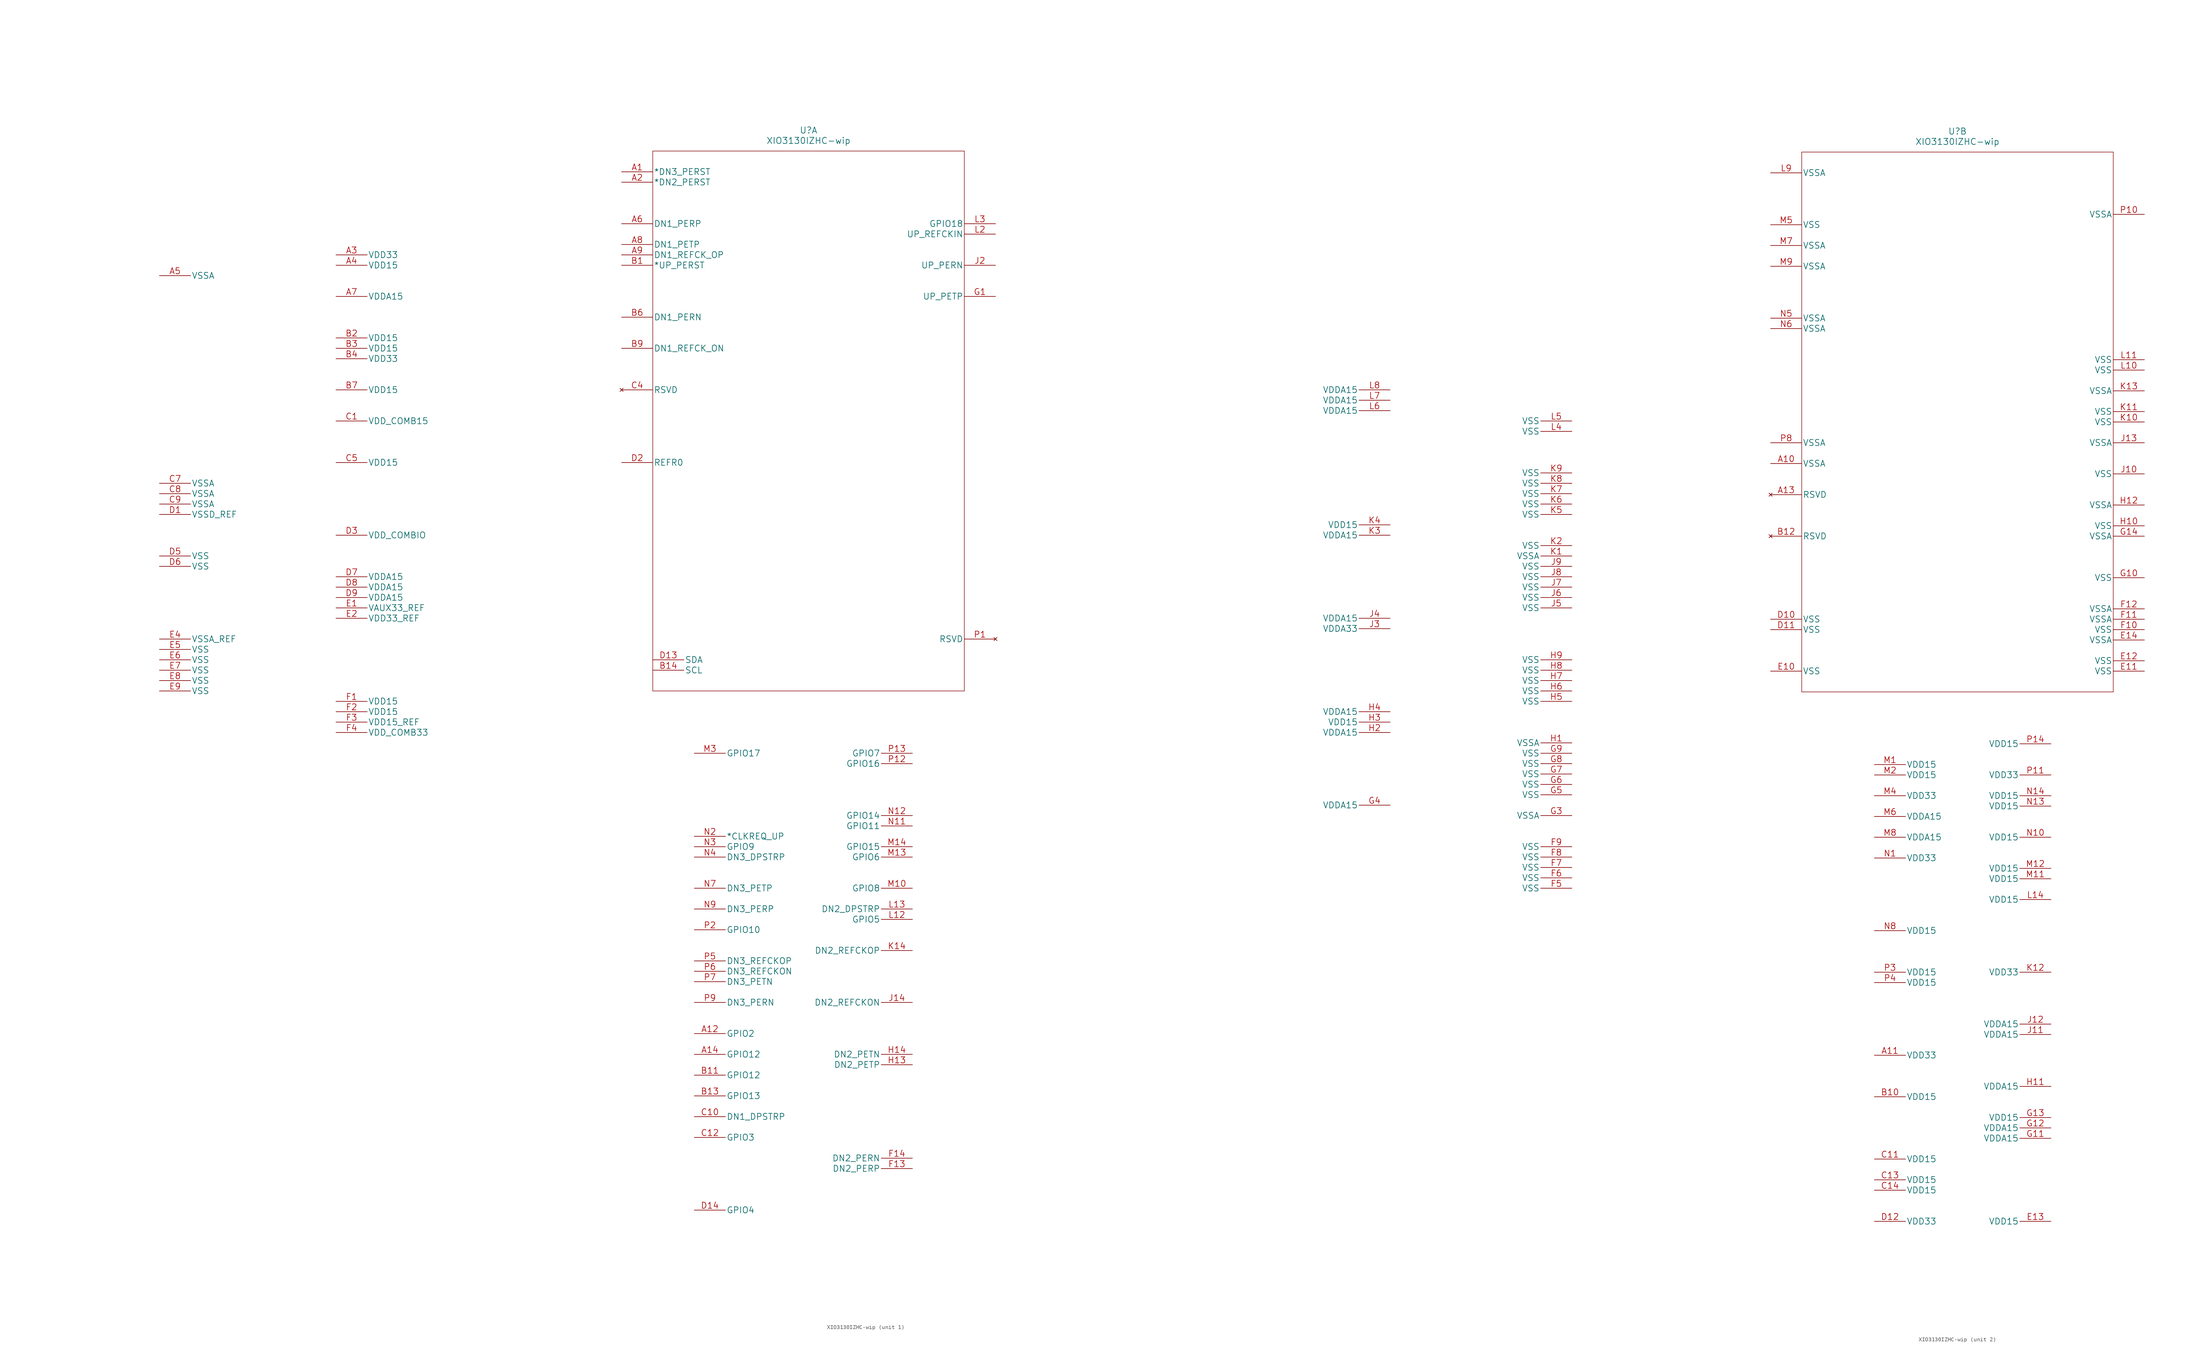
<source format=kicad_sym>
(kicad_symbol_lib
  (version 20201005)
  (generator kicad_symbol_editor)
  (symbol "AP3500:XIO3130IZHC-wip"
    (pin_names
      (offset 0.254))
    (property "Reference" "U"
      (at 0 63.5 0)
      (effects (font (size 1.524 1.524))))
    (property "Value" "XIO3130IZHC-wip"
      (at 0 60.96 0)
      (effects (font (size 1.524 1.524))))
    (property "Datasheet" ""
      (at -45.72 53.34 0)
      (effects (font (size 1.524 1.524))))
    (property "ki_locked" ""
      (at 0 0 0)
      (effects (font (size 1.27 1.27))))
    (symbol "XIO3130IZHC-wip_1_1"
      (polyline (pts (xy -38.1 58.42) (xy -38.1 -73.66)) (stroke (width 0.127)) (fill (type none)))
      (polyline (pts (xy -38.1 -73.66) (xy 38.1 -73.66)) (stroke (width 0.127)) (fill (type none)))
      (polyline (pts (xy 38.1 -73.66) (xy 38.1 58.42)) (stroke (width 0.127)) (fill (type none)))
      (polyline (pts (xy 38.1 58.42) (xy -38.1 58.42)) (stroke (width 0.127)) (fill (type none)))
      (pin output line (at -45.72 53.34 0) (length 7.62) (name "*DN3_PERST" (effects (font (size 1.499 1.499)))) (number "A1" (effects (font (size 1.499 1.499)))))
      (pin output line (at -45.72 50.8 0) (length 7.62) (name "*DN2_PERST" (effects (font (size 1.499 1.499)))) (number "A2" (effects (font (size 1.499 1.499)))))
      (pin power_in line (at -115.57 33.02 0) (length 7.62) (name "VDD33" (effects (font (size 1.499 1.499)))) (number "A3" (effects (font (size 1.499 1.499)))))
      (pin power_in line (at -115.57 30.48 0) (length 7.62) (name "VDD15" (effects (font (size 1.499 1.499)))) (number "A4" (effects (font (size 1.499 1.499)))))
      (pin power_in line (at -158.75 27.94 0) (length 7.62) (name "VSSA" (effects (font (size 1.499 1.499)))) (number "A5" (effects (font (size 1.499 1.499)))))
      (pin unspecified line (at -45.72 40.64 0) (length 7.62) (name "DN1_PERP" (effects (font (size 1.499 1.499)))) (number "A6" (effects (font (size 1.499 1.499)))))
      (pin power_in line (at -115.57 22.86 0) (length 7.62) (name "VDDA15" (effects (font (size 1.499 1.499)))) (number "A7" (effects (font (size 1.499 1.499)))))
      (pin unspecified line (at -45.72 35.56 0) (length 7.62) (name "DN1_PETP" (effects (font (size 1.499 1.499)))) (number "A8" (effects (font (size 1.499 1.499)))))
      (pin output line (at -45.72 33.02 0) (length 7.62) (name "DN1_REFCK_OP" (effects (font (size 1.499 1.499)))) (number "A9" (effects (font (size 1.499 1.499)))))
      (pin input line (at -45.72 30.48 0) (length 7.62) (name "*UP_PERST" (effects (font (size 1.499 1.499)))) (number "B1" (effects (font (size 1.499 1.499)))))
      (pin power_in line (at -115.57 12.7 0) (length 7.62) (name "VDD15" (effects (font (size 1.499 1.499)))) (number "B2" (effects (font (size 1.499 1.499)))))
      (pin power_in line (at -115.57 10.16 0) (length 7.62) (name "VDD15" (effects (font (size 1.499 1.499)))) (number "B3" (effects (font (size 1.499 1.499)))))
      (pin power_in line (at -115.57 7.62 0) (length 7.62) (name "VDD33" (effects (font (size 1.499 1.499)))) (number "B4" (effects (font (size 1.499 1.499)))))
      (pin unspecified line (at -45.72 17.78 0) (length 7.62) (name "DN1_PERN" (effects (font (size 1.499 1.499)))) (number "B6" (effects (font (size 1.499 1.499)))))
      (pin power_in line (at -115.57 0 0) (length 7.62) (name "VDD15" (effects (font (size 1.499 1.499)))) (number "B7" (effects (font (size 1.499 1.499)))))
      (pin output line (at -45.72 10.16 0) (length 7.62) (name "DN1_REFCK_ON" (effects (font (size 1.499 1.499)))) (number "B9" (effects (font (size 1.499 1.499)))))
      (pin power_in line (at -115.57 -7.62 0) (length 7.62) (name "VDD_COMB15" (effects (font (size 1.499 1.499)))) (number "C1" (effects (font (size 1.499 1.499)))))
      (pin unconnected line (at -45.72 0 0) (length 7.62) (name "RSVD" (effects (font (size 1.499 1.499)))) (number "C4" (effects (font (size 1.499 1.499)))))
      (pin power_in line (at -115.57 -17.78 0) (length 7.62) (name "VDD15" (effects (font (size 1.499 1.499)))) (number "C5" (effects (font (size 1.499 1.499)))))
      (pin power_in line (at -158.75 -22.86 0) (length 7.62) (name "VSSA" (effects (font (size 1.499 1.499)))) (number "C7" (effects (font (size 1.499 1.499)))))
      (pin power_in line (at -158.75 -25.4 0) (length 7.62) (name "VSSA" (effects (font (size 1.499 1.499)))) (number "C8" (effects (font (size 1.499 1.499)))))
      (pin power_in line (at -158.75 -27.94 0) (length 7.62) (name "VSSA" (effects (font (size 1.499 1.499)))) (number "C9" (effects (font (size 1.499 1.499)))))
      (pin power_in line (at -158.75 -30.48 0) (length 7.62) (name "VSSD_REF" (effects (font (size 1.499 1.499)))) (number "D1" (effects (font (size 1.499 1.499)))))
      (pin unspecified line (at -45.72 -17.78 0) (length 7.62) (name "REFR0" (effects (font (size 1.499 1.499)))) (number "D2" (effects (font (size 1.499 1.499)))))
      (pin power_in line (at -115.57 -35.56 0) (length 7.62) (name "VDD_COMBIO" (effects (font (size 1.499 1.499)))) (number "D3" (effects (font (size 1.499 1.499)))))
      (pin power_in line (at -158.75 -40.64 0) (length 7.62) (name "VSS" (effects (font (size 1.499 1.499)))) (number "D5" (effects (font (size 1.499 1.499)))))
      (pin power_in line (at -158.75 -43.18 0) (length 7.62) (name "VSS" (effects (font (size 1.499 1.499)))) (number "D6" (effects (font (size 1.499 1.499)))))
      (pin power_in line (at -115.57 -45.72 0) (length 7.62) (name "VDDA15" (effects (font (size 1.499 1.499)))) (number "D7" (effects (font (size 1.499 1.499)))))
      (pin power_in line (at -115.57 -48.26 0) (length 7.62) (name "VDDA15" (effects (font (size 1.499 1.499)))) (number "D8" (effects (font (size 1.499 1.499)))))
      (pin power_in line (at -115.57 -50.8 0) (length 7.62) (name "VDDA15" (effects (font (size 1.499 1.499)))) (number "D9" (effects (font (size 1.499 1.499)))))
      (pin power_in line (at -115.57 -53.34 0) (length 7.62) (name "VAUX33_REF" (effects (font (size 1.499 1.499)))) (number "E1" (effects (font (size 1.499 1.499)))))
      (pin power_in line (at -115.57 -55.88 0) (length 7.62) (name "VDD33_REF" (effects (font (size 1.499 1.499)))) (number "E2" (effects (font (size 1.499 1.499)))))
      (pin power_in line (at -158.75 -60.96 0) (length 7.62) (name "VSSA_REF" (effects (font (size 1.499 1.499)))) (number "E4" (effects (font (size 1.499 1.499)))))
      (pin power_in line (at -158.75 -63.5 0) (length 7.62) (name "VSS" (effects (font (size 1.499 1.499)))) (number "E5" (effects (font (size 1.499 1.499)))))
      (pin power_in line (at -158.75 -66.04 0) (length 7.62) (name "VSS" (effects (font (size 1.499 1.499)))) (number "E6" (effects (font (size 1.499 1.499)))))
      (pin power_in line (at -158.75 -68.58 0) (length 7.62) (name "VSS" (effects (font (size 1.499 1.499)))) (number "E7" (effects (font (size 1.499 1.499)))))
      (pin power_in line (at -158.75 -71.12 0) (length 7.62) (name "VSS" (effects (font (size 1.499 1.499)))) (number "E8" (effects (font (size 1.499 1.499)))))
      (pin power_in line (at -158.75 -73.66 0) (length 7.62) (name "VSS" (effects (font (size 1.499 1.499)))) (number "E9" (effects (font (size 1.499 1.499)))))
      (pin power_in line (at -115.57 -76.2 0) (length 7.62) (name "VDD15" (effects (font (size 1.499 1.499)))) (number "F1" (effects (font (size 1.499 1.499)))))
      (pin power_in line (at -115.57 -78.74 0) (length 7.62) (name "VDD15" (effects (font (size 1.499 1.499)))) (number "F2" (effects (font (size 1.499 1.499)))))
      (pin power_in line (at -115.57 -81.28 0) (length 7.62) (name "VDD15_REF" (effects (font (size 1.499 1.499)))) (number "F3" (effects (font (size 1.499 1.499)))))
      (pin power_in line (at -115.57 -83.82 0) (length 7.62) (name "VDD_COMB33" (effects (font (size 1.499 1.499)))) (number "F4" (effects (font (size 1.499 1.499)))))
      (pin power_in line (at 186.69 -121.92 180) (length 7.62) (name "VSS" (effects (font (size 1.499 1.499)))) (number "F5" (effects (font (size 1.499 1.499)))))
      (pin power_in line (at 186.69 -119.38 180) (length 7.62) (name "VSS" (effects (font (size 1.499 1.499)))) (number "F6" (effects (font (size 1.499 1.499)))))
      (pin power_in line (at 186.69 -116.84 180) (length 7.62) (name "VSS" (effects (font (size 1.499 1.499)))) (number "F7" (effects (font (size 1.499 1.499)))))
      (pin power_in line (at 186.69 -114.3 180) (length 7.62) (name "VSS" (effects (font (size 1.499 1.499)))) (number "F8" (effects (font (size 1.499 1.499)))))
      (pin power_in line (at 186.69 -111.76 180) (length 7.62) (name "VSS" (effects (font (size 1.499 1.499)))) (number "F9" (effects (font (size 1.499 1.499)))))
      (pin unspecified line (at 45.72 22.86 180) (length 7.62) (name "UP_PETP" (effects (font (size 1.499 1.499)))) (number "G1" (effects (font (size 1.499 1.499)))))
      (pin power_in line (at 186.69 -104.14 180) (length 7.62) (name "VSSA" (effects (font (size 1.499 1.499)))) (number "G3" (effects (font (size 1.499 1.499)))))
      (pin power_in line (at 142.24 -101.6 180) (length 7.62) (name "VDDA15" (effects (font (size 1.499 1.499)))) (number "G4" (effects (font (size 1.499 1.499)))))
      (pin power_in line (at 186.69 -99.06 180) (length 7.62) (name "VSS" (effects (font (size 1.499 1.499)))) (number "G5" (effects (font (size 1.499 1.499)))))
      (pin power_in line (at 186.69 -96.52 180) (length 7.62) (name "VSS" (effects (font (size 1.499 1.499)))) (number "G6" (effects (font (size 1.499 1.499)))))
      (pin power_in line (at 186.69 -93.98 180) (length 7.62) (name "VSS" (effects (font (size 1.499 1.499)))) (number "G7" (effects (font (size 1.499 1.499)))))
      (pin power_in line (at 186.69 -91.44 180) (length 7.62) (name "VSS" (effects (font (size 1.499 1.499)))) (number "G8" (effects (font (size 1.499 1.499)))))
      (pin power_in line (at 186.69 -88.9 180) (length 7.62) (name "VSS" (effects (font (size 1.499 1.499)))) (number "G9" (effects (font (size 1.499 1.499)))))
      (pin power_in line (at 186.69 -86.36 180) (length 7.62) (name "VSSA" (effects (font (size 1.499 1.499)))) (number "H1" (effects (font (size 1.499 1.499)))))
      (pin power_in line (at 142.24 -83.82 180) (length 7.62) (name "VDDA15" (effects (font (size 1.499 1.499)))) (number "H2" (effects (font (size 1.499 1.499)))))
      (pin power_in line (at 142.24 -81.28 180) (length 7.62) (name "VDD15" (effects (font (size 1.499 1.499)))) (number "H3" (effects (font (size 1.499 1.499)))))
      (pin power_in line (at 142.24 -78.74 180) (length 7.62) (name "VDDA15" (effects (font (size 1.499 1.499)))) (number "H4" (effects (font (size 1.499 1.499)))))
      (pin power_in line (at 186.69 -76.2 180) (length 7.62) (name "VSS" (effects (font (size 1.499 1.499)))) (number "H5" (effects (font (size 1.499 1.499)))))
      (pin power_in line (at 186.69 -73.66 180) (length 7.62) (name "VSS" (effects (font (size 1.499 1.499)))) (number "H6" (effects (font (size 1.499 1.499)))))
      (pin power_in line (at 186.69 -71.12 180) (length 7.62) (name "VSS" (effects (font (size 1.499 1.499)))) (number "H7" (effects (font (size 1.499 1.499)))))
      (pin power_in line (at 186.69 -68.58 180) (length 7.62) (name "VSS" (effects (font (size 1.499 1.499)))) (number "H8" (effects (font (size 1.499 1.499)))))
      (pin power_in line (at 186.69 -66.04 180) (length 7.62) (name "VSS" (effects (font (size 1.499 1.499)))) (number "H9" (effects (font (size 1.499 1.499)))))
      (pin unspecified line (at 45.72 30.48 180) (length 7.62) (name "UP_PERN" (effects (font (size 1.499 1.499)))) (number "J2" (effects (font (size 1.499 1.499)))))
      (pin power_in line (at 142.24 -58.42 180) (length 7.62) (name "VDDA33" (effects (font (size 1.499 1.499)))) (number "J3" (effects (font (size 1.499 1.499)))))
      (pin power_in line (at 142.24 -55.88 180) (length 7.62) (name "VDDA15" (effects (font (size 1.499 1.499)))) (number "J4" (effects (font (size 1.499 1.499)))))
      (pin power_in line (at 186.69 -53.34 180) (length 7.62) (name "VSS" (effects (font (size 1.499 1.499)))) (number "J5" (effects (font (size 1.499 1.499)))))
      (pin power_in line (at 186.69 -50.8 180) (length 7.62) (name "VSS" (effects (font (size 1.499 1.499)))) (number "J6" (effects (font (size 1.499 1.499)))))
      (pin power_in line (at 186.69 -48.26 180) (length 7.62) (name "VSS" (effects (font (size 1.499 1.499)))) (number "J7" (effects (font (size 1.499 1.499)))))
      (pin power_in line (at 186.69 -45.72 180) (length 7.62) (name "VSS" (effects (font (size 1.499 1.499)))) (number "J8" (effects (font (size 1.499 1.499)))))
      (pin power_in line (at 186.69 -43.18 180) (length 7.62) (name "VSS" (effects (font (size 1.499 1.499)))) (number "J9" (effects (font (size 1.499 1.499)))))
      (pin power_in line (at 186.69 -40.64 180) (length 7.62) (name "VSSA" (effects (font (size 1.499 1.499)))) (number "K1" (effects (font (size 1.499 1.499)))))
      (pin power_in line (at 186.69 -38.1 180) (length 7.62) (name "VSS" (effects (font (size 1.499 1.499)))) (number "K2" (effects (font (size 1.499 1.499)))))
      (pin power_in line (at 142.24 -35.56 180) (length 7.62) (name "VDDA15" (effects (font (size 1.499 1.499)))) (number "K3" (effects (font (size 1.499 1.499)))))
      (pin power_in line (at 142.24 -33.02 180) (length 7.62) (name "VDD15" (effects (font (size 1.499 1.499)))) (number "K4" (effects (font (size 1.499 1.499)))))
      (pin power_in line (at 186.69 -30.48 180) (length 7.62) (name "VSS" (effects (font (size 1.499 1.499)))) (number "K5" (effects (font (size 1.499 1.499)))))
      (pin power_in line (at 186.69 -27.94 180) (length 7.62) (name "VSS" (effects (font (size 1.499 1.499)))) (number "K6" (effects (font (size 1.499 1.499)))))
      (pin power_in line (at 186.69 -25.4 180) (length 7.62) (name "VSS" (effects (font (size 1.499 1.499)))) (number "K7" (effects (font (size 1.499 1.499)))))
      (pin power_in line (at 186.69 -22.86 180) (length 7.62) (name "VSS" (effects (font (size 1.499 1.499)))) (number "K8" (effects (font (size 1.499 1.499)))))
      (pin power_in line (at 186.69 -20.32 180) (length 7.62) (name "VSS" (effects (font (size 1.499 1.499)))) (number "K9" (effects (font (size 1.499 1.499)))))
      (pin input line (at 45.72 38.1 180) (length 7.62) (name "UP_REFCKIN" (effects (font (size 1.499 1.499)))) (number "L2" (effects (font (size 1.499 1.499)))))
      (pin bidirectional line (at 45.72 40.64 180) (length 7.62) (name "GPIO18" (effects (font (size 1.499 1.499)))) (number "L3" (effects (font (size 1.499 1.499)))))
      (pin power_in line (at 186.69 -10.16 180) (length 7.62) (name "VSS" (effects (font (size 1.499 1.499)))) (number "L4" (effects (font (size 1.499 1.499)))))
      (pin power_in line (at 186.69 -7.62 180) (length 7.62) (name "VSS" (effects (font (size 1.499 1.499)))) (number "L5" (effects (font (size 1.499 1.499)))))
      (pin power_in line (at 142.24 -5.08 180) (length 7.62) (name "VDDA15" (effects (font (size 1.499 1.499)))) (number "L6" (effects (font (size 1.499 1.499)))))
      (pin power_in line (at 142.24 -2.54 180) (length 7.62) (name "VDDA15" (effects (font (size 1.499 1.499)))) (number "L7" (effects (font (size 1.499 1.499)))))
      (pin power_in line (at 142.24 0 180) (length 7.62) (name "VDDA15" (effects (font (size 1.499 1.499)))) (number "L8" (effects (font (size 1.499 1.499)))))
      (pin bidirectional line (at -27.94 -88.9 0) (length 7.62) (name "GPIO17" (effects (font (size 1.499 1.499)))) (number "M3" (effects (font (size 1.499 1.499)))))
      (pin output line (at -27.94 -109.22 0) (length 7.62) (name "*CLKREQ_UP" (effects (font (size 1.499 1.499)))) (number "N2" (effects (font (size 1.499 1.499)))))
      (pin bidirectional line (at -27.94 -111.76 0) (length 7.62) (name "GPIO9" (effects (font (size 1.499 1.499)))) (number "N3" (effects (font (size 1.499 1.499)))))
      (pin input line (at -27.94 -114.3 0) (length 7.62) (name "DN3_DPSTRP" (effects (font (size 1.499 1.499)))) (number "N4" (effects (font (size 1.499 1.499)))))
      (pin unspecified line (at -27.94 -121.92 0) (length 7.62) (name "DN3_PETP" (effects (font (size 1.499 1.499)))) (number "N7" (effects (font (size 1.499 1.499)))))
      (pin unspecified line (at -27.94 -127 0) (length 7.62) (name "DN3_PERP" (effects (font (size 1.499 1.499)))) (number "N9" (effects (font (size 1.499 1.499)))))
      (pin unconnected line (at 45.72 -60.96 180) (length 7.62) (name "RSVD" (effects (font (size 1.499 1.499)))) (number "P1" (effects (font (size 1.499 1.499)))))
      (pin bidirectional line (at -27.94 -132.08 0) (length 7.62) (name "GPIO10" (effects (font (size 1.499 1.499)))) (number "P2" (effects (font (size 1.499 1.499)))))
      (pin output line (at -27.94 -139.7 0) (length 7.62) (name "DN3_REFCKOP" (effects (font (size 1.499 1.499)))) (number "P5" (effects (font (size 1.499 1.499)))))
      (pin output line (at -27.94 -142.24 0) (length 7.62) (name "DN3_REFCKON" (effects (font (size 1.499 1.499)))) (number "P6" (effects (font (size 1.499 1.499)))))
      (pin unspecified line (at -27.94 -144.78 0) (length 7.62) (name "DN3_PETN" (effects (font (size 1.499 1.499)))) (number "P7" (effects (font (size 1.499 1.499)))))
      (pin unspecified line (at -27.94 -149.86 0) (length 7.62) (name "DN3_PERN" (effects (font (size 1.499 1.499)))) (number "P9" (effects (font (size 1.499 1.499)))))
      (pin bidirectional line (at -27.94 -157.48 0) (length 7.62) (name "GPIO2" (effects (font (size 1.499 1.499)))) (number "A12" (effects (font (size 1.499 1.499)))))
      (pin bidirectional line (at -27.94 -162.56 0) (length 7.62) (name "GPIO12" (effects (font (size 1.499 1.499)))) (number "A14" (effects (font (size 1.499 1.499)))))
      (pin bidirectional line (at -27.94 -167.64 0) (length 7.62) (name "GPIO12" (effects (font (size 1.499 1.499)))) (number "B11" (effects (font (size 1.499 1.499)))))
      (pin bidirectional line (at -27.94 -172.72 0) (length 7.62) (name "GPIO13" (effects (font (size 1.499 1.499)))) (number "B13" (effects (font (size 1.499 1.499)))))
      (pin output line (at -38.1 -68.58 0) (length 7.62) (name "SCL" (effects (font (size 1.499 1.499)))) (number "B14" (effects (font (size 1.499 1.499)))))
      (pin input line (at -27.94 -177.8 0) (length 7.62) (name "DN1_DPSTRP" (effects (font (size 1.499 1.499)))) (number "C10" (effects (font (size 1.499 1.499)))))
      (pin bidirectional line (at -27.94 -182.88 0) (length 7.62) (name "GPIO3" (effects (font (size 1.499 1.499)))) (number "C12" (effects (font (size 1.499 1.499)))))
      (pin bidirectional line (at -27.94 -200.66 0) (length 7.62) (name "GPIO4" (effects (font (size 1.499 1.499)))) (number "D14" (effects (font (size 1.499 1.499)))))
      (pin bidirectional line (at -38.1 -66.04 0) (length 7.62) (name "SDA" (effects (font (size 1.499 1.499)))) (number "D13" (effects (font (size 1.499 1.499)))))
      (pin unspecified line (at 25.4 -190.5 180) (length 7.62) (name "DN2_PERP" (effects (font (size 1.499 1.499)))) (number "F13" (effects (font (size 1.499 1.499)))))
      (pin unspecified line (at 25.4 -187.96 180) (length 7.62) (name "DN2_PERN" (effects (font (size 1.499 1.499)))) (number "F14" (effects (font (size 1.499 1.499)))))
      (pin unspecified line (at 25.4 -165.1 180) (length 7.62) (name "DN2_PETP" (effects (font (size 1.499 1.499)))) (number "H13" (effects (font (size 1.499 1.499)))))
      (pin unspecified line (at 25.4 -162.56 180) (length 7.62) (name "DN2_PETN" (effects (font (size 1.499 1.499)))) (number "H14" (effects (font (size 1.499 1.499)))))
      (pin output line (at 25.4 -149.86 180) (length 7.62) (name "DN2_REFCKON" (effects (font (size 1.499 1.499)))) (number "J14" (effects (font (size 1.499 1.499)))))
      (pin output line (at 25.4 -137.16 180) (length 7.62) (name "DN2_REFCKOP" (effects (font (size 1.499 1.499)))) (number "K14" (effects (font (size 1.499 1.499)))))
      (pin bidirectional line (at 25.4 -129.54 180) (length 7.62) (name "GPIO5" (effects (font (size 1.499 1.499)))) (number "L12" (effects (font (size 1.499 1.499)))))
      (pin input line (at 25.4 -127 180) (length 7.62) (name "DN2_DPSTRP" (effects (font (size 1.499 1.499)))) (number "L13" (effects (font (size 1.499 1.499)))))
      (pin bidirectional line (at 25.4 -121.92 180) (length 7.62) (name "GPIO8" (effects (font (size 1.499 1.499)))) (number "M10" (effects (font (size 1.499 1.499)))))
      (pin bidirectional line (at 25.4 -114.3 180) (length 7.62) (name "GPIO6" (effects (font (size 1.499 1.499)))) (number "M13" (effects (font (size 1.499 1.499)))))
      (pin bidirectional line (at 25.4 -111.76 180) (length 7.62) (name "GPIO15" (effects (font (size 1.499 1.499)))) (number "M14" (effects (font (size 1.499 1.499)))))
      (pin bidirectional line (at 25.4 -106.68 180) (length 7.62) (name "GPIO11" (effects (font (size 1.499 1.499)))) (number "N11" (effects (font (size 1.499 1.499)))))
      (pin bidirectional line (at 25.4 -104.14 180) (length 7.62) (name "GPIO14" (effects (font (size 1.499 1.499)))) (number "N12" (effects (font (size 1.499 1.499)))))
      (pin bidirectional line (at 25.4 -91.44 180) (length 7.62) (name "GPIO16" (effects (font (size 1.499 1.499)))) (number "P12" (effects (font (size 1.499 1.499)))))
      (pin bidirectional line (at 25.4 -88.9 180) (length 7.62) (name "GPIO7" (effects (font (size 1.499 1.499)))) (number "P13" (effects (font (size 1.499 1.499))))))
    (symbol "XIO3130IZHC-wip_2_1"
      (polyline (pts (xy -38.1 58.42) (xy -38.1 -73.66)) (stroke (width 0.127)) (fill (type none)))
      (polyline (pts (xy -38.1 -73.66) (xy 38.1 -73.66)) (stroke (width 0.127)) (fill (type none)))
      (polyline (pts (xy 38.1 -73.66) (xy 38.1 58.42)) (stroke (width 0.127)) (fill (type none)))
      (polyline (pts (xy 38.1 58.42) (xy -38.1 58.42)) (stroke (width 0.127)) (fill (type none)))
      (pin power_in line (at -45.72 53.34 0) (length 7.62) (name "VSSA" (effects (font (size 1.499 1.499)))) (number "L9" (effects (font (size 1.499 1.499)))))
      (pin power_in line (at -20.32 -91.44 0) (length 7.62) (name "VDD15" (effects (font (size 1.499 1.499)))) (number "M1" (effects (font (size 1.499 1.499)))))
      (pin power_in line (at -20.32 -93.98 0) (length 7.62) (name "VDD15" (effects (font (size 1.499 1.499)))) (number "M2" (effects (font (size 1.499 1.499)))))
      (pin power_in line (at -20.32 -99.06 0) (length 7.62) (name "VDD33" (effects (font (size 1.499 1.499)))) (number "M4" (effects (font (size 1.499 1.499)))))
      (pin power_in line (at -45.72 40.64 0) (length 7.62) (name "VSS" (effects (font (size 1.499 1.499)))) (number "M5" (effects (font (size 1.499 1.499)))))
      (pin power_in line (at -20.32 -104.14 0) (length 7.62) (name "VDDA15" (effects (font (size 1.499 1.499)))) (number "M6" (effects (font (size 1.499 1.499)))))
      (pin power_in line (at -45.72 35.56 0) (length 7.62) (name "VSSA" (effects (font (size 1.499 1.499)))) (number "M7" (effects (font (size 1.499 1.499)))))
      (pin power_in line (at -20.32 -109.22 0) (length 7.62) (name "VDDA15" (effects (font (size 1.499 1.499)))) (number "M8" (effects (font (size 1.499 1.499)))))
      (pin power_in line (at -45.72 30.48 0) (length 7.62) (name "VSSA" (effects (font (size 1.499 1.499)))) (number "M9" (effects (font (size 1.499 1.499)))))
      (pin power_in line (at -20.32 -114.3 0) (length 7.62) (name "VDD33" (effects (font (size 1.499 1.499)))) (number "N1" (effects (font (size 1.499 1.499)))))
      (pin power_in line (at -45.72 17.78 0) (length 7.62) (name "VSSA" (effects (font (size 1.499 1.499)))) (number "N5" (effects (font (size 1.499 1.499)))))
      (pin power_in line (at -45.72 15.24 0) (length 7.62) (name "VSSA" (effects (font (size 1.499 1.499)))) (number "N6" (effects (font (size 1.499 1.499)))))
      (pin power_in line (at -20.32 -132.08 0) (length 7.62) (name "VDD15" (effects (font (size 1.499 1.499)))) (number "N8" (effects (font (size 1.499 1.499)))))
      (pin power_in line (at -20.32 -142.24 0) (length 7.62) (name "VDD15" (effects (font (size 1.499 1.499)))) (number "P3" (effects (font (size 1.499 1.499)))))
      (pin power_in line (at -20.32 -144.78 0) (length 7.62) (name "VDD15" (effects (font (size 1.499 1.499)))) (number "P4" (effects (font (size 1.499 1.499)))))
      (pin power_in line (at -45.72 -12.7 0) (length 7.62) (name "VSSA" (effects (font (size 1.499 1.499)))) (number "P8" (effects (font (size 1.499 1.499)))))
      (pin power_in line (at -45.72 -17.78 0) (length 7.62) (name "VSSA" (effects (font (size 1.499 1.499)))) (number "A10" (effects (font (size 1.499 1.499)))))
      (pin power_in line (at -20.32 -162.56 0) (length 7.62) (name "VDD33" (effects (font (size 1.499 1.499)))) (number "A11" (effects (font (size 1.499 1.499)))))
      (pin unconnected line (at -45.72 -25.4 0) (length 7.62) (name "RSVD" (effects (font (size 1.499 1.499)))) (number "A13" (effects (font (size 1.499 1.499)))))
      (pin power_in line (at -20.32 -172.72 0) (length 7.62) (name "VDD15" (effects (font (size 1.499 1.499)))) (number "B10" (effects (font (size 1.499 1.499)))))
      (pin unconnected line (at -45.72 -35.56 0) (length 7.62) (name "RSVD" (effects (font (size 1.499 1.499)))) (number "B12" (effects (font (size 1.499 1.499)))))
      (pin power_in line (at -20.32 -187.96 0) (length 7.62) (name "VDD15" (effects (font (size 1.499 1.499)))) (number "C11" (effects (font (size 1.499 1.499)))))
      (pin power_in line (at -20.32 -193.04 0) (length 7.62) (name "VDD15" (effects (font (size 1.499 1.499)))) (number "C13" (effects (font (size 1.499 1.499)))))
      (pin power_in line (at -20.32 -195.58 0) (length 7.62) (name "VDD15" (effects (font (size 1.499 1.499)))) (number "C14" (effects (font (size 1.499 1.499)))))
      (pin power_in line (at -45.72 -55.88 0) (length 7.62) (name "VSS" (effects (font (size 1.499 1.499)))) (number "D10" (effects (font (size 1.499 1.499)))))
      (pin power_in line (at -45.72 -58.42 0) (length 7.62) (name "VSS" (effects (font (size 1.499 1.499)))) (number "D11" (effects (font (size 1.499 1.499)))))
      (pin power_in line (at -20.32 -203.2 0) (length 7.62) (name "VDD33" (effects (font (size 1.499 1.499)))) (number "D12" (effects (font (size 1.499 1.499)))))
      (pin power_in line (at -45.72 -68.58 0) (length 7.62) (name "VSS" (effects (font (size 1.499 1.499)))) (number "E10" (effects (font (size 1.499 1.499)))))
      (pin power_in line (at 45.72 -68.58 180) (length 7.62) (name "VSS" (effects (font (size 1.499 1.499)))) (number "E11" (effects (font (size 1.499 1.499)))))
      (pin power_in line (at 45.72 -66.04 180) (length 7.62) (name "VSS" (effects (font (size 1.499 1.499)))) (number "E12" (effects (font (size 1.499 1.499)))))
      (pin power_in line (at 22.86 -203.2 180) (length 7.62) (name "VDD15" (effects (font (size 1.499 1.499)))) (number "E13" (effects (font (size 1.499 1.499)))))
      (pin power_in line (at 45.72 -60.96 180) (length 7.62) (name "VSSA" (effects (font (size 1.499 1.499)))) (number "E14" (effects (font (size 1.499 1.499)))))
      (pin power_in line (at 45.72 -58.42 180) (length 7.62) (name "VSS" (effects (font (size 1.499 1.499)))) (number "F10" (effects (font (size 1.499 1.499)))))
      (pin power_in line (at 45.72 -55.88 180) (length 7.62) (name "VSSA" (effects (font (size 1.499 1.499)))) (number "F11" (effects (font (size 1.499 1.499)))))
      (pin power_in line (at 45.72 -53.34 180) (length 7.62) (name "VSSA" (effects (font (size 1.499 1.499)))) (number "F12" (effects (font (size 1.499 1.499)))))
      (pin power_in line (at 45.72 -45.72 180) (length 7.62) (name "VSS" (effects (font (size 1.499 1.499)))) (number "G10" (effects (font (size 1.499 1.499)))))
      (pin power_in line (at 22.86 -182.88 180) (length 7.62) (name "VDDA15" (effects (font (size 1.499 1.499)))) (number "G11" (effects (font (size 1.499 1.499)))))
      (pin power_in line (at 22.86 -180.34 180) (length 7.62) (name "VDDA15" (effects (font (size 1.499 1.499)))) (number "G12" (effects (font (size 1.499 1.499)))))
      (pin power_in line (at 22.86 -177.8 180) (length 7.62) (name "VDD15" (effects (font (size 1.499 1.499)))) (number "G13" (effects (font (size 1.499 1.499)))))
      (pin power_in line (at 45.72 -35.56 180) (length 7.62) (name "VSSA" (effects (font (size 1.499 1.499)))) (number "G14" (effects (font (size 1.499 1.499)))))
      (pin power_in line (at 45.72 -33.02 180) (length 7.62) (name "VSS" (effects (font (size 1.499 1.499)))) (number "H10" (effects (font (size 1.499 1.499)))))
      (pin power_in line (at 22.86 -170.18 180) (length 7.62) (name "VDDA15" (effects (font (size 1.499 1.499)))) (number "H11" (effects (font (size 1.499 1.499)))))
      (pin power_in line (at 45.72 -27.94 180) (length 7.62) (name "VSSA" (effects (font (size 1.499 1.499)))) (number "H12" (effects (font (size 1.499 1.499)))))
      (pin power_in line (at 45.72 -20.32 180) (length 7.62) (name "VSS" (effects (font (size 1.499 1.499)))) (number "J10" (effects (font (size 1.499 1.499)))))
      (pin power_in line (at 22.86 -157.48 180) (length 7.62) (name "VDDA15" (effects (font (size 1.499 1.499)))) (number "J11" (effects (font (size 1.499 1.499)))))
      (pin power_in line (at 22.86 -154.94 180) (length 7.62) (name "VDDA15" (effects (font (size 1.499 1.499)))) (number "J12" (effects (font (size 1.499 1.499)))))
      (pin power_in line (at 45.72 -12.7 180) (length 7.62) (name "VSSA" (effects (font (size 1.499 1.499)))) (number "J13" (effects (font (size 1.499 1.499)))))
      (pin power_in line (at 45.72 -7.62 180) (length 7.62) (name "VSS" (effects (font (size 1.499 1.499)))) (number "K10" (effects (font (size 1.499 1.499)))))
      (pin power_in line (at 45.72 -5.08 180) (length 7.62) (name "VSS" (effects (font (size 1.499 1.499)))) (number "K11" (effects (font (size 1.499 1.499)))))
      (pin power_in line (at 22.86 -142.24 180) (length 7.62) (name "VDD33" (effects (font (size 1.499 1.499)))) (number "K12" (effects (font (size 1.499 1.499)))))
      (pin power_in line (at 45.72 0 180) (length 7.62) (name "VSSA" (effects (font (size 1.499 1.499)))) (number "K13" (effects (font (size 1.499 1.499)))))
      (pin power_in line (at 45.72 5.08 180) (length 7.62) (name "VSS" (effects (font (size 1.499 1.499)))) (number "L10" (effects (font (size 1.499 1.499)))))
      (pin power_in line (at 45.72 7.62 180) (length 7.62) (name "VSS" (effects (font (size 1.499 1.499)))) (number "L11" (effects (font (size 1.499 1.499)))))
      (pin power_in line (at 22.86 -124.46 180) (length 7.62) (name "VDD15" (effects (font (size 1.499 1.499)))) (number "L14" (effects (font (size 1.499 1.499)))))
      (pin power_in line (at 22.86 -119.38 180) (length 7.62) (name "VDD15" (effects (font (size 1.499 1.499)))) (number "M11" (effects (font (size 1.499 1.499)))))
      (pin power_in line (at 22.86 -116.84 180) (length 7.62) (name "VDD15" (effects (font (size 1.499 1.499)))) (number "M12" (effects (font (size 1.499 1.499)))))
      (pin power_in line (at 22.86 -109.22 180) (length 7.62) (name "VDD15" (effects (font (size 1.499 1.499)))) (number "N10" (effects (font (size 1.499 1.499)))))
      (pin power_in line (at 22.86 -101.6 180) (length 7.62) (name "VDD15" (effects (font (size 1.499 1.499)))) (number "N13" (effects (font (size 1.499 1.499)))))
      (pin power_in line (at 22.86 -99.06 180) (length 7.62) (name "VDD15" (effects (font (size 1.499 1.499)))) (number "N14" (effects (font (size 1.499 1.499)))))
      (pin power_in line (at 45.72 43.18 180) (length 7.62) (name "VSSA" (effects (font (size 1.499 1.499)))) (number "P10" (effects (font (size 1.499 1.499)))))
      (pin power_in line (at 22.86 -93.98 180) (length 7.62) (name "VDD33" (effects (font (size 1.499 1.499)))) (number "P11" (effects (font (size 1.499 1.499)))))
      (pin power_in line (at 22.86 -86.36 180) (length 7.62) (name "VDD15" (effects (font (size 1.499 1.499)))) (number "P14" (effects (font (size 1.499 1.499))))))))
</source>
